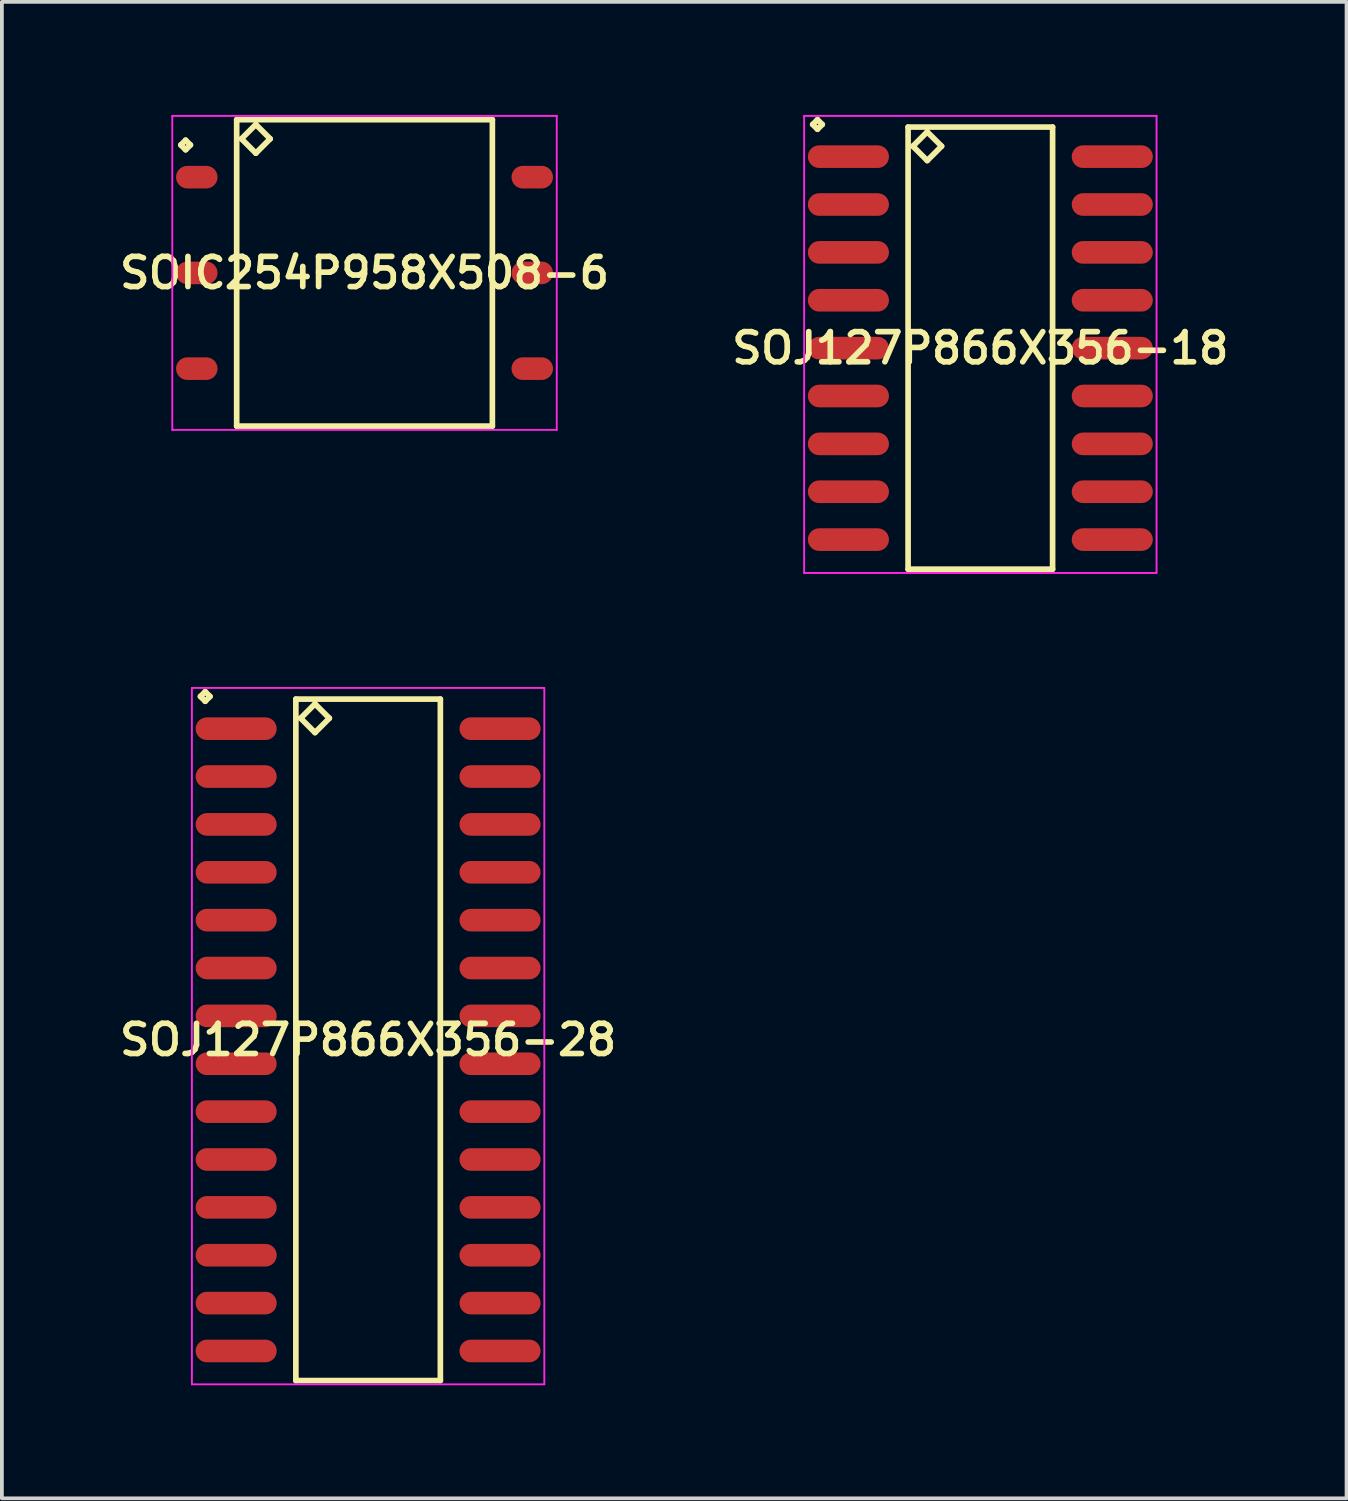
<source format=kicad_pcb>
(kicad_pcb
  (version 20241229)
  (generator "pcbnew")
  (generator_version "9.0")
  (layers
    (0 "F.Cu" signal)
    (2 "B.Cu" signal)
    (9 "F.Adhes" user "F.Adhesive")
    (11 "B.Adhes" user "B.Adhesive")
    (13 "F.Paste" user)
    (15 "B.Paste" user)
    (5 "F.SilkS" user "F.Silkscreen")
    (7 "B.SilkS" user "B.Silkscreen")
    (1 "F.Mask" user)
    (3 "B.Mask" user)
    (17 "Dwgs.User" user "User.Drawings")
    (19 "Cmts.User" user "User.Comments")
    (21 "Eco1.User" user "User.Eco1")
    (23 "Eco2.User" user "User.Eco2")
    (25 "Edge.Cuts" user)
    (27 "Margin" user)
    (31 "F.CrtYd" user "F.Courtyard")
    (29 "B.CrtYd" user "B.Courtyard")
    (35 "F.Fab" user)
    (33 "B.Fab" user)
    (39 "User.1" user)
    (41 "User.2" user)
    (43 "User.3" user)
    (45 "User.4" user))
  (footprint "SOJ127P866X356-18"
    (layer "F.Cu")
    (at 22.959 6.186)
    (property "Reference" "SOJ127P866X356-18" (at 0 0 0) (layer "F.SilkS") (effects (font (size 0.8 0.8) (thickness 0.15))))
    (attr smd)
    (fp_line (start -4.448 -5.934) (end -4.321 -6.061) (stroke (width 0.15) (type solid)) (layer "F.SilkS"))
    (fp_line (start -4.321 -6.061) (end -4.194 -5.934) (stroke (width 0.15) (type solid)) (layer "F.SilkS"))
    (fp_line (start -4.321 -5.807) (end -4.448 -5.934) (stroke (width 0.15) (type solid)) (layer "F.SilkS"))
    (fp_line (start -4.194 -5.934) (end -4.321 -5.807) (stroke (width 0.15) (type solid)) (layer "F.SilkS"))
    (fp_line (start -1.917 -5.865) (end -1.917 5.865) (stroke (width 0.15) (type solid)) (layer "F.SilkS"))
    (fp_line (start -1.917 5.865) (end 1.917 5.865) (stroke (width 0.15) (type solid)) (layer "F.SilkS"))
    (fp_line (start -1.79 -5.357) (end -1.409 -5.738) (stroke (width 0.15) (type solid)) (layer "F.SilkS"))
    (fp_line (start -1.409 -5.738) (end -1.028 -5.357) (stroke (width 0.15) (type solid)) (layer "F.SilkS"))
    (fp_line (start -1.409 -4.976) (end -1.79 -5.357) (stroke (width 0.15) (type solid)) (layer "F.SilkS"))
    (fp_line (start -1.028 -5.357) (end -1.409 -4.976) (stroke (width 0.15) (type solid)) (layer "F.SilkS"))
    (fp_line (start 1.917 -5.865) (end -1.917 -5.865) (stroke (width 0.15) (type solid)) (layer "F.SilkS"))
    (fp_line (start 1.917 5.865) (end 1.917 -5.865) (stroke (width 0.15) (type solid)) (layer "F.SilkS"))
    (fp_line (start -4.675 -6.161) (end 4.675 -6.161) (stroke (width 0.05) (type solid)) (layer "F.CrtYd"))
    (fp_line (start -4.675 5.965) (end -4.675 -6.161) (stroke (width 0.05) (type solid)) (layer "F.CrtYd"))
    (fp_line (start 4.675 -6.161) (end 4.675 5.965) (stroke (width 0.05) (type solid)) (layer "F.CrtYd"))
    (fp_line (start 4.675 5.965) (end -4.675 5.965) (stroke (width 0.05) (type solid)) (layer "F.CrtYd"))
    (pad "1" smd oval (at -3.5 -5.08) (size 2.15 0.6) (layers "F.Cu" "F.Mask" "F.Paste"))
    (pad "2" smd oval (at -3.5 -3.81) (size 2.15 0.6) (layers "F.Cu" "F.Mask" "F.Paste"))
    (pad "3" smd oval (at -3.5 -2.54) (size 2.15 0.6) (layers "F.Cu" "F.Mask" "F.Paste"))
    (pad "4" smd oval (at -3.5 -1.27) (size 2.15 0.6) (layers "F.Cu" "F.Mask" "F.Paste"))
    (pad "5" smd oval (at -3.5 0) (size 2.15 0.6) (layers "F.Cu" "F.Mask" "F.Paste"))
    (pad "6" smd oval (at -3.5 1.27) (size 2.15 0.6) (layers "F.Cu" "F.Mask" "F.Paste"))
    (pad "7" smd oval (at -3.5 2.54) (size 2.15 0.6) (layers "F.Cu" "F.Mask" "F.Paste"))
    (pad "8" smd oval (at -3.5 3.81) (size 2.15 0.6) (layers "F.Cu" "F.Mask" "F.Paste"))
    (pad "9" smd oval (at -3.5 5.08) (size 2.15 0.6) (layers "F.Cu" "F.Mask" "F.Paste"))
    (pad "10" smd oval (at 3.5 5.08) (size 2.15 0.6) (layers "F.Cu" "F.Mask" "F.Paste"))
    (pad "11" smd oval (at 3.5 3.81) (size 2.15 0.6) (layers "F.Cu" "F.Mask" "F.Paste"))
    (pad "12" smd oval (at 3.5 2.54) (size 2.15 0.6) (layers "F.Cu" "F.Mask" "F.Paste"))
    (pad "13" smd oval (at 3.5 1.27) (size 2.15 0.6) (layers "F.Cu" "F.Mask" "F.Paste"))
    (pad "14" smd oval (at 3.5 0) (size 2.15 0.6) (layers "F.Cu" "F.Mask" "F.Paste"))
    (pad "15" smd oval (at 3.5 -1.27) (size 2.15 0.6) (layers "F.Cu" "F.Mask" "F.Paste"))
    (pad "16" smd oval (at 3.5 -2.54) (size 2.15 0.6) (layers "F.Cu" "F.Mask" "F.Paste"))
    (pad "17" smd oval (at 3.5 -3.81) (size 2.15 0.6) (layers "F.Cu" "F.Mask" "F.Paste"))
    (pad "18" smd oval (at 3.5 -5.08) (size 2.15 0.6) (layers "F.Cu" "F.Mask" "F.Paste")))
  (footprint "SOIC254P958X508-6"
    (layer "F.Cu")
    (at 6.621 4.19)
    (property "Reference" "SOIC254P958X508-6" (at 0 0 0) (layer "F.SilkS") (effects (font (size 0.8 0.8) (thickness 0.15))))
    (attr smd)
    (fp_line (start -4.873 -3.394) (end -4.746 -3.521) (stroke (width 0.15) (type solid)) (layer "F.SilkS"))
    (fp_line (start -4.746 -3.521) (end -4.619 -3.394) (stroke (width 0.15) (type solid)) (layer "F.SilkS"))
    (fp_line (start -4.746 -3.267) (end -4.873 -3.394) (stroke (width 0.15) (type solid)) (layer "F.SilkS"))
    (fp_line (start -4.619 -3.394) (end -4.746 -3.267) (stroke (width 0.15) (type solid)) (layer "F.SilkS"))
    (fp_line (start -3.392 -4.065) (end -3.392 4.065) (stroke (width 0.15) (type solid)) (layer "F.SilkS"))
    (fp_line (start -3.392 4.065) (end 3.392 4.065) (stroke (width 0.15) (type solid)) (layer "F.SilkS"))
    (fp_line (start -3.265 -3.557) (end -2.884 -3.938) (stroke (width 0.15) (type solid)) (layer "F.SilkS"))
    (fp_line (start -2.884 -3.938) (end -2.503 -3.557) (stroke (width 0.15) (type solid)) (layer "F.SilkS"))
    (fp_line (start -2.884 -3.176) (end -3.265 -3.557) (stroke (width 0.15) (type solid)) (layer "F.SilkS"))
    (fp_line (start -2.503 -3.557) (end -2.884 -3.176) (stroke (width 0.15) (type solid)) (layer "F.SilkS"))
    (fp_line (start 3.392 -4.065) (end -3.392 -4.065) (stroke (width 0.15) (type solid)) (layer "F.SilkS"))
    (fp_line (start 3.392 4.065) (end 3.392 -4.065) (stroke (width 0.15) (type solid)) (layer "F.SilkS"))
    (fp_line (start -5.1 -4.165) (end 5.1 -4.165) (stroke (width 0.05) (type solid)) (layer "F.CrtYd"))
    (fp_line (start -5.1 4.165) (end -5.1 -4.165) (stroke (width 0.05) (type solid)) (layer "F.CrtYd"))
    (fp_line (start 5.1 -4.165) (end 5.1 4.165) (stroke (width 0.05) (type solid)) (layer "F.CrtYd"))
    (fp_line (start 5.1 4.165) (end -5.1 4.165) (stroke (width 0.05) (type solid)) (layer "F.CrtYd"))
    (pad "1" smd oval (at -4.45 -2.54) (size 1.1 0.6) (layers "F.Cu" "F.Mask" "F.Paste"))
    (pad "2" smd oval (at -4.45 0) (size 1.1 0.6) (layers "F.Cu" "F.Mask" "F.Paste"))
    (pad "3" smd oval (at -4.45 2.54) (size 1.1 0.6) (layers "F.Cu" "F.Mask" "F.Paste"))
    (pad "4" smd oval (at 4.45 2.54) (size 1.1 0.6) (layers "F.Cu" "F.Mask" "F.Paste"))
    (pad "5" smd oval (at 4.45 0) (size 1.1 0.6) (layers "F.Cu" "F.Mask" "F.Paste"))
    (pad "6" smd oval (at 4.45 -2.54) (size 1.1 0.6) (layers "F.Cu" "F.Mask" "F.Paste")))
  (footprint "SOJ127P866X356-28"
    (layer "F.Cu")
    (at 6.716 24.537)
    (property "Reference" "SOJ127P866X356-28" (at 0 0 0) (layer "F.SilkS") (effects (font (size 0.8 0.8) (thickness 0.15))))
    (attr smd)
    (fp_line (start -4.448 -9.109) (end -4.321 -9.236) (stroke (width 0.15) (type solid)) (layer "F.SilkS"))
    (fp_line (start -4.321 -9.236) (end -4.194 -9.109) (stroke (width 0.15) (type solid)) (layer "F.SilkS"))
    (fp_line (start -4.321 -8.982) (end -4.448 -9.109) (stroke (width 0.15) (type solid)) (layer "F.SilkS"))
    (fp_line (start -4.194 -9.109) (end -4.321 -8.982) (stroke (width 0.15) (type solid)) (layer "F.SilkS"))
    (fp_line (start -1.917 -9.04) (end -1.917 9.04) (stroke (width 0.15) (type solid)) (layer "F.SilkS"))
    (fp_line (start -1.917 9.04) (end 1.917 9.04) (stroke (width 0.15) (type solid)) (layer "F.SilkS"))
    (fp_line (start -1.79 -8.532) (end -1.409 -8.913) (stroke (width 0.15) (type solid)) (layer "F.SilkS"))
    (fp_line (start -1.409 -8.913) (end -1.028 -8.532) (stroke (width 0.15) (type solid)) (layer "F.SilkS"))
    (fp_line (start -1.409 -8.151) (end -1.79 -8.532) (stroke (width 0.15) (type solid)) (layer "F.SilkS"))
    (fp_line (start -1.028 -8.532) (end -1.409 -8.151) (stroke (width 0.15) (type solid)) (layer "F.SilkS"))
    (fp_line (start 1.917 -9.04) (end -1.917 -9.04) (stroke (width 0.15) (type solid)) (layer "F.SilkS"))
    (fp_line (start 1.917 9.04) (end 1.917 -9.04) (stroke (width 0.15) (type solid)) (layer "F.SilkS"))
    (fp_line (start -4.675 -9.336) (end 4.675 -9.336) (stroke (width 0.05) (type solid)) (layer "F.CrtYd"))
    (fp_line (start -4.675 9.14) (end -4.675 -9.336) (stroke (width 0.05) (type solid)) (layer "F.CrtYd"))
    (fp_line (start 4.675 -9.336) (end 4.675 9.14) (stroke (width 0.05) (type solid)) (layer "F.CrtYd"))
    (fp_line (start 4.675 9.14) (end -4.675 9.14) (stroke (width 0.05) (type solid)) (layer "F.CrtYd"))
    (pad "1" smd oval (at -3.5 -8.255) (size 2.15 0.6) (layers "F.Cu" "F.Mask" "F.Paste"))
    (pad "2" smd oval (at -3.5 -6.985) (size 2.15 0.6) (layers "F.Cu" "F.Mask" "F.Paste"))
    (pad "3" smd oval (at -3.5 -5.715) (size 2.15 0.6) (layers "F.Cu" "F.Mask" "F.Paste"))
    (pad "4" smd oval (at -3.5 -4.445) (size 2.15 0.6) (layers "F.Cu" "F.Mask" "F.Paste"))
    (pad "5" smd oval (at -3.5 -3.175) (size 2.15 0.6) (layers "F.Cu" "F.Mask" "F.Paste"))
    (pad "6" smd oval (at -3.5 -1.905) (size 2.15 0.6) (layers "F.Cu" "F.Mask" "F.Paste"))
    (pad "7" smd oval (at -3.5 -0.635) (size 2.15 0.6) (layers "F.Cu" "F.Mask" "F.Paste"))
    (pad "8" smd oval (at -3.5 0.635) (size 2.15 0.6) (layers "F.Cu" "F.Mask" "F.Paste"))
    (pad "9" smd oval (at -3.5 1.905) (size 2.15 0.6) (layers "F.Cu" "F.Mask" "F.Paste"))
    (pad "10" smd oval (at -3.5 3.175) (size 2.15 0.6) (layers "F.Cu" "F.Mask" "F.Paste"))
    (pad "11" smd oval (at -3.5 4.445) (size 2.15 0.6) (layers "F.Cu" "F.Mask" "F.Paste"))
    (pad "12" smd oval (at -3.5 5.715) (size 2.15 0.6) (layers "F.Cu" "F.Mask" "F.Paste"))
    (pad "13" smd oval (at -3.5 6.985) (size 2.15 0.6) (layers "F.Cu" "F.Mask" "F.Paste"))
    (pad "14" smd oval (at -3.5 8.255) (size 2.15 0.6) (layers "F.Cu" "F.Mask" "F.Paste"))
    (pad "15" smd oval (at 3.5 8.255) (size 2.15 0.6) (layers "F.Cu" "F.Mask" "F.Paste"))
    (pad "16" smd oval (at 3.5 6.985) (size 2.15 0.6) (layers "F.Cu" "F.Mask" "F.Paste"))
    (pad "17" smd oval (at 3.5 5.715) (size 2.15 0.6) (layers "F.Cu" "F.Mask" "F.Paste"))
    (pad "18" smd oval (at 3.5 4.445) (size 2.15 0.6) (layers "F.Cu" "F.Mask" "F.Paste"))
    (pad "19" smd oval (at 3.5 3.175) (size 2.15 0.6) (layers "F.Cu" "F.Mask" "F.Paste"))
    (pad "20" smd oval (at 3.5 1.905) (size 2.15 0.6) (layers "F.Cu" "F.Mask" "F.Paste"))
    (pad "21" smd oval (at 3.5 0.635) (size 2.15 0.6) (layers "F.Cu" "F.Mask" "F.Paste"))
    (pad "22" smd oval (at 3.5 -0.635) (size 2.15 0.6) (layers "F.Cu" "F.Mask" "F.Paste"))
    (pad "23" smd oval (at 3.5 -1.905) (size 2.15 0.6) (layers "F.Cu" "F.Mask" "F.Paste"))
    (pad "24" smd oval (at 3.5 -3.175) (size 2.15 0.6) (layers "F.Cu" "F.Mask" "F.Paste"))
    (pad "25" smd oval (at 3.5 -4.445) (size 2.15 0.6) (layers "F.Cu" "F.Mask" "F.Paste"))
    (pad "26" smd oval (at 3.5 -5.715) (size 2.15 0.6) (layers "F.Cu" "F.Mask" "F.Paste"))
    (pad "27" smd oval (at 3.5 -6.985) (size 2.15 0.6) (layers "F.Cu" "F.Mask" "F.Paste"))
    (pad "28" smd oval (at 3.5 -8.255) (size 2.15 0.6) (layers "F.Cu" "F.Mask" "F.Paste")))
  (gr_rect
    (start -3 -3)
    (end 32.675 36.702)
    (stroke (width 0.1) (type default))
    (fill no)
    (layer "Edge.Cuts")))
</source>
